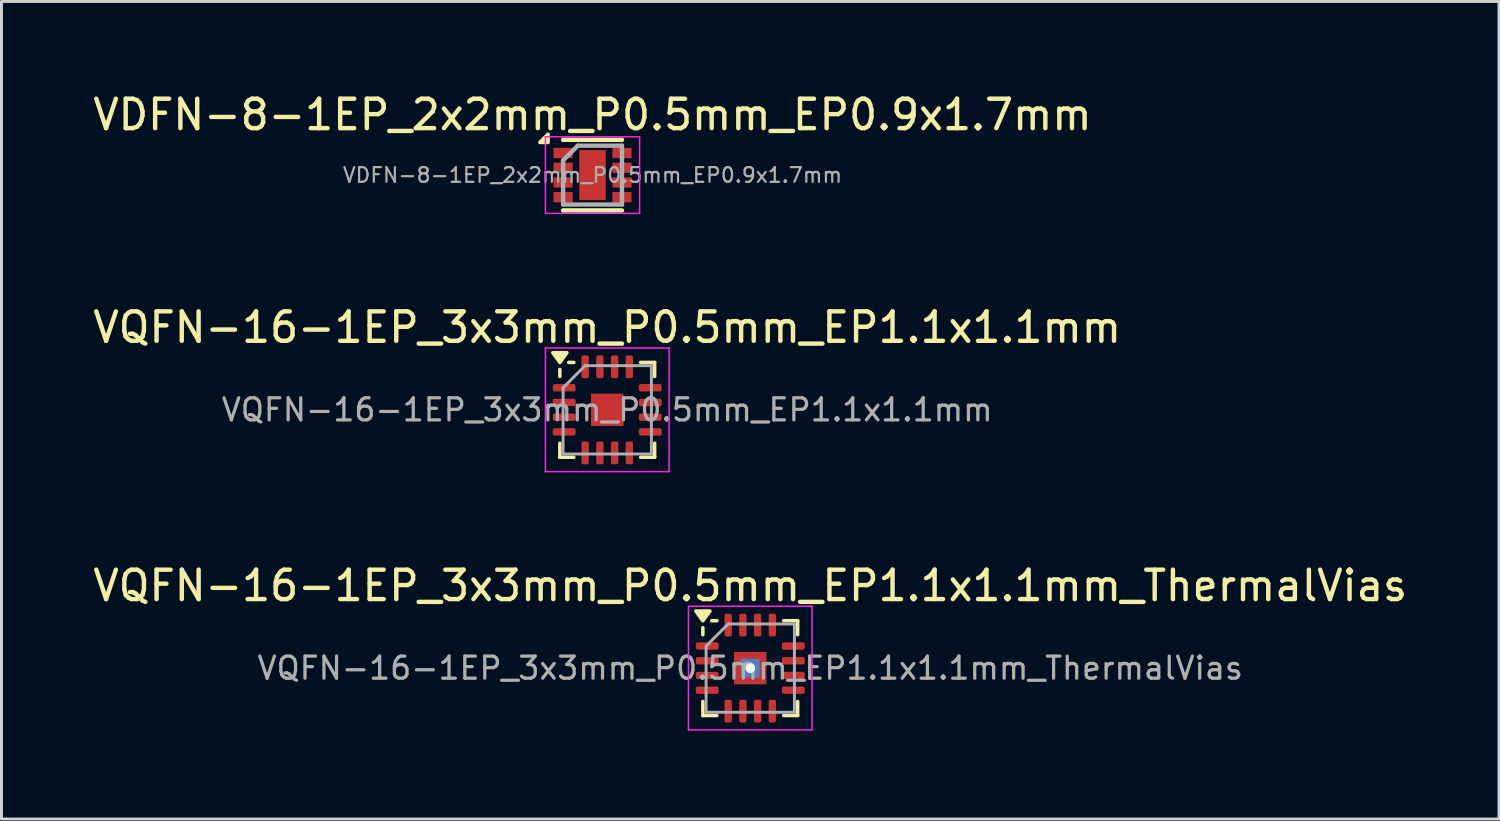
<source format=kicad_pcb>
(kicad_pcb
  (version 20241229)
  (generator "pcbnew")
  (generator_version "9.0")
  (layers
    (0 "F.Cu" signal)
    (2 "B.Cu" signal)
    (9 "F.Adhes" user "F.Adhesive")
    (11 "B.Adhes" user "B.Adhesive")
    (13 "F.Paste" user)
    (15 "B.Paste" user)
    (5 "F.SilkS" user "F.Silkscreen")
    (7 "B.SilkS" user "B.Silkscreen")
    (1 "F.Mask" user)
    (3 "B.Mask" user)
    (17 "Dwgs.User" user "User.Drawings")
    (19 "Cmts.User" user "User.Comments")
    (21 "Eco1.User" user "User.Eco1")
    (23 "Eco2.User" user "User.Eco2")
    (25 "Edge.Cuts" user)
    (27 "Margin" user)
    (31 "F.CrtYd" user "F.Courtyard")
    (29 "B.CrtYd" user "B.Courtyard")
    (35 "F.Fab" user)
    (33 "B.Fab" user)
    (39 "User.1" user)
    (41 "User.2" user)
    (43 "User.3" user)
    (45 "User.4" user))
  (footprint "VQFN-16-1EP_3x3mm_P0.5mm_EP1.1x1.1mm"
    (layer "F.Cu")
    (at 17.577 10.871)
    (property "Reference" "VQFN-16-1EP_3x3mm_P0.5mm_EP1.1x1.1mm" (at 0 -2.8 0) (layer "F.SilkS") (effects (font (size 1 1) (thickness 0.15))))
    (attr smd)
    (fp_line (start -1.61 -1.135) (end -1.61 -1.37) (stroke (width 0.12) (type solid)) (layer "F.SilkS"))
    (fp_line (start -1.61 1.61) (end -1.61 1.135) (stroke (width 0.12) (type solid)) (layer "F.SilkS"))
    (fp_line (start -1.135 -1.61) (end -1.31 -1.61) (stroke (width 0.12) (type solid)) (layer "F.SilkS"))
    (fp_line (start -1.135 1.61) (end -1.61 1.61) (stroke (width 0.12) (type solid)) (layer "F.SilkS"))
    (fp_line (start 1.135 -1.61) (end 1.61 -1.61) (stroke (width 0.12) (type solid)) (layer "F.SilkS"))
    (fp_line (start 1.135 1.61) (end 1.61 1.61) (stroke (width 0.12) (type solid)) (layer "F.SilkS"))
    (fp_line (start 1.61 -1.61) (end 1.61 -1.135) (stroke (width 0.12) (type solid)) (layer "F.SilkS"))
    (fp_line (start 1.61 1.61) (end 1.61 1.135) (stroke (width 0.12) (type solid)) (layer "F.SilkS"))
    (fp_poly (pts (xy -1.61 -1.61) (xy -1.85 -1.94) (xy -1.37 -1.94) (xy -1.61 -1.61)) (stroke (width 0.12) (type solid)) (fill yes) (layer "F.SilkS"))
    (fp_line (start -2.1 -2.1) (end -2.1 2.1) (stroke (width 0.05) (type solid)) (layer "F.CrtYd"))
    (fp_line (start -2.1 2.1) (end 2.1 2.1) (stroke (width 0.05) (type solid)) (layer "F.CrtYd"))
    (fp_line (start 2.1 -2.1) (end -2.1 -2.1) (stroke (width 0.05) (type solid)) (layer "F.CrtYd"))
    (fp_line (start 2.1 2.1) (end 2.1 -2.1) (stroke (width 0.05) (type solid)) (layer "F.CrtYd"))
    (fp_line (start -1.5 -0.75) (end -0.75 -1.5) (stroke (width 0.1) (type solid)) (layer "F.Fab"))
    (fp_line (start -1.5 1.5) (end -1.5 -0.75) (stroke (width 0.1) (type solid)) (layer "F.Fab"))
    (fp_line (start -0.75 -1.5) (end 1.5 -1.5) (stroke (width 0.1) (type solid)) (layer "F.Fab"))
    (fp_line (start 1.5 -1.5) (end 1.5 1.5) (stroke (width 0.1) (type solid)) (layer "F.Fab"))
    (fp_line (start 1.5 1.5) (end -1.5 1.5) (stroke (width 0.1) (type solid)) (layer "F.Fab"))
    (fp_text user "${REFERENCE}" (at 0 0 0) (layer "F.Fab") (effects (font (size 0.75 0.75) (thickness 0.11))))
    (pad "" smd roundrect (at 0 0) (size 0.89 0.89) (layers "F.Paste") (roundrect_rratio 0.25))
    (pad "1" smd roundrect (at -1.462 -0.75) (size 0.775 0.25) (layers "F.Cu" "F.Mask" "F.Paste") (roundrect_rratio 0.25))
    (pad "2" smd roundrect (at -1.462 -0.25) (size 0.775 0.25) (layers "F.Cu" "F.Mask" "F.Paste") (roundrect_rratio 0.25))
    (pad "3" smd roundrect (at -1.462 0.25) (size 0.775 0.25) (layers "F.Cu" "F.Mask" "F.Paste") (roundrect_rratio 0.25))
    (pad "4" smd roundrect (at -1.462 0.75) (size 0.775 0.25) (layers "F.Cu" "F.Mask" "F.Paste") (roundrect_rratio 0.25))
    (pad "5" smd roundrect (at -0.75 1.462) (size 0.25 0.775) (layers "F.Cu" "F.Mask" "F.Paste") (roundrect_rratio 0.25))
    (pad "6" smd roundrect (at -0.25 1.462) (size 0.25 0.775) (layers "F.Cu" "F.Mask" "F.Paste") (roundrect_rratio 0.25))
    (pad "7" smd roundrect (at 0.25 1.462) (size 0.25 0.775) (layers "F.Cu" "F.Mask" "F.Paste") (roundrect_rratio 0.25))
    (pad "8" smd roundrect (at 0.75 1.462) (size 0.25 0.775) (layers "F.Cu" "F.Mask" "F.Paste") (roundrect_rratio 0.25))
    (pad "9" smd roundrect (at 1.462 0.75) (size 0.775 0.25) (layers "F.Cu" "F.Mask" "F.Paste") (roundrect_rratio 0.25))
    (pad "10" smd roundrect (at 1.462 0.25) (size 0.775 0.25) (layers "F.Cu" "F.Mask" "F.Paste") (roundrect_rratio 0.25))
    (pad "11" smd roundrect (at 1.462 -0.25) (size 0.775 0.25) (layers "F.Cu" "F.Mask" "F.Paste") (roundrect_rratio 0.25))
    (pad "12" smd roundrect (at 1.462 -0.75) (size 0.775 0.25) (layers "F.Cu" "F.Mask" "F.Paste") (roundrect_rratio 0.25))
    (pad "13" smd roundrect (at 0.75 -1.462) (size 0.25 0.775) (layers "F.Cu" "F.Mask" "F.Paste") (roundrect_rratio 0.25))
    (pad "14" smd roundrect (at 0.25 -1.462) (size 0.25 0.775) (layers "F.Cu" "F.Mask" "F.Paste") (roundrect_rratio 0.25))
    (pad "15" smd roundrect (at -0.25 -1.462) (size 0.25 0.775) (layers "F.Cu" "F.Mask" "F.Paste") (roundrect_rratio 0.25))
    (pad "16" smd roundrect (at -0.75 -1.462) (size 0.25 0.775) (layers "F.Cu" "F.Mask" "F.Paste") (roundrect_rratio 0.25))
    (pad "17" smd rect (at 0 0) (size 1.1 1.1) (property pad_prop_heatsink) (layers "F.Cu" "F.Mask")))
  (footprint "VDFN-8-1EP_2x2mm_P0.5mm_EP0.9x1.7mm"
    (layer "F.Cu")
    (at 17.077 2.898)
    (property "Reference" "VDFN-8-1EP_2x2mm_P0.5mm_EP0.9x1.7mm" (at 0 -2.05 0) (layer "F.SilkS") (effects (font (size 1 1) (thickness 0.15))))
    (attr smd)
    (fp_line (start -1 -1.2) (end 1 -1.2) (stroke (width 0.15) (type solid)) (layer "F.SilkS"))
    (fp_line (start -1 1.2) (end 1 1.2) (stroke (width 0.15) (type solid)) (layer "F.SilkS"))
    (fp_poly (pts (xy -1.51 -1.11) (xy -1.79 -1.11) (xy -1.51 -1.39) (xy -1.51 -1.11)) (stroke (width 0.12) (type solid)) (fill yes) (layer "F.SilkS"))
    (fp_line (start -1.6 -1.3) (end -1.6 1.3) (stroke (width 0.05) (type solid)) (layer "F.CrtYd"))
    (fp_line (start -1.6 -1.3) (end 1.6 -1.3) (stroke (width 0.05) (type solid)) (layer "F.CrtYd"))
    (fp_line (start -1.6 1.3) (end 1.6 1.3) (stroke (width 0.05) (type solid)) (layer "F.CrtYd"))
    (fp_line (start 1.6 -1.3) (end 1.6 1.3) (stroke (width 0.05) (type solid)) (layer "F.CrtYd"))
    (fp_line (start -1 -0.5) (end -0.5 -1) (stroke (width 0.15) (type solid)) (layer "F.Fab"))
    (fp_line (start -1 1) (end -1 -0.5) (stroke (width 0.15) (type solid)) (layer "F.Fab"))
    (fp_line (start -0.5 -1) (end 1 -1) (stroke (width 0.15) (type solid)) (layer "F.Fab"))
    (fp_line (start 1 -1) (end 1 1) (stroke (width 0.15) (type solid)) (layer "F.Fab"))
    (fp_line (start 1 1) (end -1 1) (stroke (width 0.15) (type solid)) (layer "F.Fab"))
    (fp_text user "${REFERENCE}" (at 0 0 0) (layer "F.Fab") (effects (font (size 0.5 0.5) (thickness 0.075))))
    (pad "" smd rect (at 0 -0.425) (size 0.72 0.69) (layers "F.Paste"))
    (pad "" smd rect (at 0 0.425) (size 0.72 0.69) (layers "F.Paste"))
    (pad "1" smd rect (at -1 -0.75) (size 0.65 0.35) (layers "F.Cu" "F.Mask" "F.Paste"))
    (pad "2" smd rect (at -1 -0.25) (size 0.65 0.35) (layers "F.Cu" "F.Mask" "F.Paste"))
    (pad "3" smd rect (at -1 0.25) (size 0.65 0.35) (layers "F.Cu" "F.Mask" "F.Paste"))
    (pad "4" smd rect (at -1 0.75) (size 0.65 0.35) (layers "F.Cu" "F.Mask" "F.Paste"))
    (pad "5" smd rect (at 1 0.75) (size 0.65 0.35) (layers "F.Cu" "F.Mask" "F.Paste"))
    (pad "6" smd rect (at 1 0.25) (size 0.65 0.35) (layers "F.Cu" "F.Mask" "F.Paste"))
    (pad "7" smd rect (at 1 -0.25) (size 0.65 0.35) (layers "F.Cu" "F.Mask" "F.Paste"))
    (pad "8" smd rect (at 1 -0.75) (size 0.65 0.35) (layers "F.Cu" "F.Mask" "F.Paste"))
    (pad "9" smd rect (at 0 0) (size 0.9 1.7) (layers "F.Cu" "F.Mask")))
  (footprint "VQFN-16-1EP_3x3mm_P0.5mm_EP1.1x1.1mm_ThermalVias"
    (layer "F.Cu")
    (at 22.435 19.645)
    (property "Reference" "VQFN-16-1EP_3x3mm_P0.5mm_EP1.1x1.1mm_ThermalVias" (at 0 -2.8 0) (layer "F.SilkS") (effects (font (size 1 1) (thickness 0.15))))
    (attr smd)
    (fp_line (start -1.61 -1.135) (end -1.61 -1.37) (stroke (width 0.12) (type solid)) (layer "F.SilkS"))
    (fp_line (start -1.61 1.61) (end -1.61 1.135) (stroke (width 0.12) (type solid)) (layer "F.SilkS"))
    (fp_line (start -1.135 -1.61) (end -1.31 -1.61) (stroke (width 0.12) (type solid)) (layer "F.SilkS"))
    (fp_line (start -1.135 1.61) (end -1.61 1.61) (stroke (width 0.12) (type solid)) (layer "F.SilkS"))
    (fp_line (start 1.135 -1.61) (end 1.61 -1.61) (stroke (width 0.12) (type solid)) (layer "F.SilkS"))
    (fp_line (start 1.135 1.61) (end 1.61 1.61) (stroke (width 0.12) (type solid)) (layer "F.SilkS"))
    (fp_line (start 1.61 -1.61) (end 1.61 -1.135) (stroke (width 0.12) (type solid)) (layer "F.SilkS"))
    (fp_line (start 1.61 1.61) (end 1.61 1.135) (stroke (width 0.12) (type solid)) (layer "F.SilkS"))
    (fp_poly (pts (xy -1.61 -1.61) (xy -1.85 -1.94) (xy -1.37 -1.94) (xy -1.61 -1.61)) (stroke (width 0.12) (type solid)) (fill yes) (layer "F.SilkS"))
    (fp_line (start -2.1 -2.1) (end -2.1 2.1) (stroke (width 0.05) (type solid)) (layer "F.CrtYd"))
    (fp_line (start -2.1 2.1) (end 2.1 2.1) (stroke (width 0.05) (type solid)) (layer "F.CrtYd"))
    (fp_line (start 2.1 -2.1) (end -2.1 -2.1) (stroke (width 0.05) (type solid)) (layer "F.CrtYd"))
    (fp_line (start 2.1 2.1) (end 2.1 -2.1) (stroke (width 0.05) (type solid)) (layer "F.CrtYd"))
    (fp_line (start -1.5 -0.75) (end -0.75 -1.5) (stroke (width 0.1) (type solid)) (layer "F.Fab"))
    (fp_line (start -1.5 1.5) (end -1.5 -0.75) (stroke (width 0.1) (type solid)) (layer "F.Fab"))
    (fp_line (start -0.75 -1.5) (end 1.5 -1.5) (stroke (width 0.1) (type solid)) (layer "F.Fab"))
    (fp_line (start 1.5 -1.5) (end 1.5 1.5) (stroke (width 0.1) (type solid)) (layer "F.Fab"))
    (fp_line (start 1.5 1.5) (end -1.5 1.5) (stroke (width 0.1) (type solid)) (layer "F.Fab"))
    (fp_text user "${REFERENCE}" (at 0 0 0) (layer "F.Fab") (effects (font (size 0.75 0.75) (thickness 0.11))))
    (pad "" smd custom (at -0.275 -0.275) (size 0.204 0.204) (layers "F.Paste") (options (anchor circle)) (primitives (gr_poly (pts (xy -0.169 -0.169) (xy 0.169 -0.169) (xy 0.169 -0.139) (xy -0.139 0.169) (xy -0.169 0.169)) (width 0.105) (fill yes))))
    (pad "" smd custom (at -0.275 0.275) (size 0.204 0.204) (layers "F.Paste") (options (anchor circle)) (primitives (gr_poly (pts (xy -0.169 -0.169) (xy -0.139 -0.169) (xy 0.169 0.139) (xy 0.169 0.169) (xy -0.169 0.169)) (width 0.105) (fill yes))))
    (pad "" smd custom (at 0.275 -0.275) (size 0.204 0.204) (layers "F.Paste") (options (anchor circle)) (primitives (gr_poly (pts (xy -0.169 -0.169) (xy 0.169 -0.169) (xy 0.169 0.169) (xy 0.139 0.169) (xy -0.169 -0.139)) (width 0.105) (fill yes))))
    (pad "" smd custom (at 0.275 0.275) (size 0.204 0.204) (layers "F.Paste") (options (anchor circle)) (primitives (gr_poly (pts (xy -0.169 0.139) (xy 0.139 -0.169) (xy 0.169 -0.169) (xy 0.169 0.169) (xy -0.169 0.169)) (width 0.105) (fill yes))))
    (pad "1" smd roundrect (at -1.462 -0.75) (size 0.775 0.25) (layers "F.Cu" "F.Mask" "F.Paste") (roundrect_rratio 0.25))
    (pad "2" smd roundrect (at -1.462 -0.25) (size 0.775 0.25) (layers "F.Cu" "F.Mask" "F.Paste") (roundrect_rratio 0.25))
    (pad "3" smd roundrect (at -1.462 0.25) (size 0.775 0.25) (layers "F.Cu" "F.Mask" "F.Paste") (roundrect_rratio 0.25))
    (pad "4" smd roundrect (at -1.462 0.75) (size 0.775 0.25) (layers "F.Cu" "F.Mask" "F.Paste") (roundrect_rratio 0.25))
    (pad "5" smd roundrect (at -0.75 1.462) (size 0.25 0.775) (layers "F.Cu" "F.Mask" "F.Paste") (roundrect_rratio 0.25))
    (pad "6" smd roundrect (at -0.25 1.462) (size 0.25 0.775) (layers "F.Cu" "F.Mask" "F.Paste") (roundrect_rratio 0.25))
    (pad "7" smd roundrect (at 0.25 1.462) (size 0.25 0.775) (layers "F.Cu" "F.Mask" "F.Paste") (roundrect_rratio 0.25))
    (pad "8" smd roundrect (at 0.75 1.462) (size 0.25 0.775) (layers "F.Cu" "F.Mask" "F.Paste") (roundrect_rratio 0.25))
    (pad "9" smd roundrect (at 1.462 0.75) (size 0.775 0.25) (layers "F.Cu" "F.Mask" "F.Paste") (roundrect_rratio 0.25))
    (pad "10" smd roundrect (at 1.462 0.25) (size 0.775 0.25) (layers "F.Cu" "F.Mask" "F.Paste") (roundrect_rratio 0.25))
    (pad "11" smd roundrect (at 1.462 -0.25) (size 0.775 0.25) (layers "F.Cu" "F.Mask" "F.Paste") (roundrect_rratio 0.25))
    (pad "12" smd roundrect (at 1.462 -0.75) (size 0.775 0.25) (layers "F.Cu" "F.Mask" "F.Paste") (roundrect_rratio 0.25))
    (pad "13" smd roundrect (at 0.75 -1.462) (size 0.25 0.775) (layers "F.Cu" "F.Mask" "F.Paste") (roundrect_rratio 0.25))
    (pad "14" smd roundrect (at 0.25 -1.462) (size 0.25 0.775) (layers "F.Cu" "F.Mask" "F.Paste") (roundrect_rratio 0.25))
    (pad "15" smd roundrect (at -0.25 -1.462) (size 0.25 0.775) (layers "F.Cu" "F.Mask" "F.Paste") (roundrect_rratio 0.25))
    (pad "16" smd roundrect (at -0.75 -1.462) (size 0.25 0.775) (layers "F.Cu" "F.Mask" "F.Paste") (roundrect_rratio 0.25))
    (pad "17" thru_hole circle (at 0 0) (size 0.63 0.63) (drill 0.33) (property pad_prop_heatsink) (layers "*.Cu"))
    (pad "17" smd rect (at 0 0) (size 0.63 0.63) (property pad_prop_heatsink) (layers "B.Cu"))
    (pad "17" smd rect (at 0 0) (size 1.1 1.1) (property pad_prop_heatsink) (layers "F.Cu" "F.Mask")))
  (gr_rect
    (start -3 -3)
    (end 47.869 24.77)
    (stroke (width 0.1) (type default))
    (fill no)
    (layer "Edge.Cuts")))
</source>
